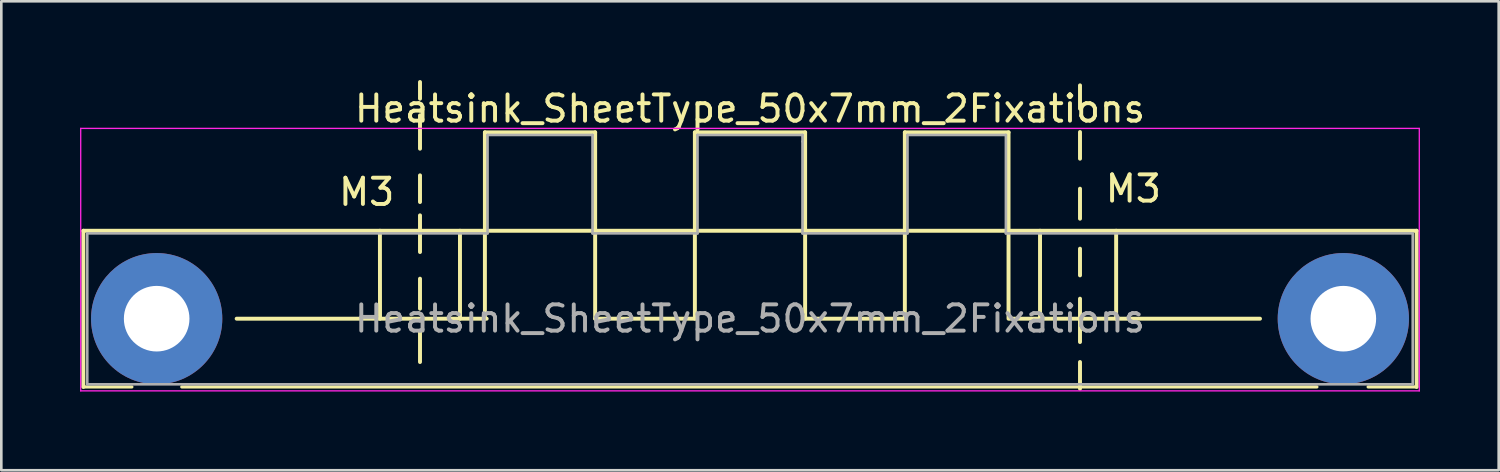
<source format=kicad_pcb>
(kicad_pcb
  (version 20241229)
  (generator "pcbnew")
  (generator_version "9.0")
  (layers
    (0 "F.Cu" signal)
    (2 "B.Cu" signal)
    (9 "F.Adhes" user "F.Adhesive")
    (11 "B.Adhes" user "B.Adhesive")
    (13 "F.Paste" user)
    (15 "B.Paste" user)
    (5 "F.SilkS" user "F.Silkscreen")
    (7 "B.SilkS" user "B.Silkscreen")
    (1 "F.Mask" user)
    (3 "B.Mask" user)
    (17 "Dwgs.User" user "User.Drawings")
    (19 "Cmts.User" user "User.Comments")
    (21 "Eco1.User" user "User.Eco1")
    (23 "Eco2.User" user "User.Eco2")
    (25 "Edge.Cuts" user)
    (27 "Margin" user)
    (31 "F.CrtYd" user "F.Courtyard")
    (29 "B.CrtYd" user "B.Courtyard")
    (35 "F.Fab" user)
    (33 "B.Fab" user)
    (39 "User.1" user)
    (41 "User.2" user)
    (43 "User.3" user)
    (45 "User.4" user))
  (footprint "Heatsink_SheetType_50x7mm_2Fixations"
    (layer "F.Cu")
    (at 25.525 9.092)
    (property "Reference" "Heatsink_SheetType_50x7mm_2Fixations" (at 0 -8 0) (layer "F.SilkS") (effects (font (size 1 1) (thickness 0.15))))
    (attr through_hole)
    (fp_line (start -25.4 -3.35) (end -25.4 2.6) (stroke (width 0.15) (type solid)) (layer "F.SilkS"))
    (fp_line (start -25.4 2.6) (end -23.55 2.6) (stroke (width 0.12) (type solid)) (layer "F.SilkS"))
    (fp_line (start -21.65 2.6) (end 21.6 2.6) (stroke (width 0.12) (type solid)) (layer "F.SilkS"))
    (fp_line (start -14.1 -3.35) (end -14.097 0) (stroke (width 0.15) (type solid)) (layer "F.SilkS"))
    (fp_line (start -12.573 -9.017) (end -12.573 -8.382) (stroke (width 0.15) (type solid)) (layer "F.SilkS"))
    (fp_line (start -12.573 -7.747) (end -12.573 -6.477) (stroke (width 0.15) (type solid)) (layer "F.SilkS"))
    (fp_line (start -12.573 -5.461) (end -12.573 -4.445) (stroke (width 0.15) (type solid)) (layer "F.SilkS"))
    (fp_line (start -12.573 -3.937) (end -12.573 -2.54) (stroke (width 0.15) (type solid)) (layer "F.SilkS"))
    (fp_line (start -12.573 -1.524) (end -12.573 -0.381) (stroke (width 0.15) (type solid)) (layer "F.SilkS"))
    (fp_line (start -12.573 0.508) (end -12.573 1.651) (stroke (width 0.15) (type solid)) (layer "F.SilkS"))
    (fp_line (start -11.05 -3.35) (end -11.049 0) (stroke (width 0.15) (type solid)) (layer "F.SilkS"))
    (fp_line (start -10.1 -7.1) (end -10.1 0) (stroke (width 0.15) (type solid)) (layer "F.SilkS"))
    (fp_line (start -10.033 0) (end -19.558 0) (stroke (width 0.15) (type solid)) (layer "F.SilkS"))
    (fp_line (start -5.9 -7.1) (end -10.1 -7.1) (stroke (width 0.15) (type solid)) (layer "F.SilkS"))
    (fp_line (start -5.9 -7.1) (end -5.9 0) (stroke (width 0.15) (type solid)) (layer "F.SilkS"))
    (fp_line (start -2.1 -7.1) (end -2.1 0) (stroke (width 0.15) (type solid)) (layer "F.SilkS"))
    (fp_line (start -2.1 0) (end -5.9 0) (stroke (width 0.15) (type solid)) (layer "F.SilkS"))
    (fp_line (start 2.1 -7.1) (end -2.1 -7.1) (stroke (width 0.15) (type solid)) (layer "F.SilkS"))
    (fp_line (start 2.1 -7.1) (end 2.1 0) (stroke (width 0.15) (type solid)) (layer "F.SilkS"))
    (fp_line (start 5.9 -7.1) (end 5.9 0) (stroke (width 0.15) (type solid)) (layer "F.SilkS"))
    (fp_line (start 5.9 0) (end 2.1 0) (stroke (width 0.15) (type solid)) (layer "F.SilkS"))
    (fp_line (start 9.85 -7.1) (end 5.9 -7.1) (stroke (width 0.15) (type solid)) (layer "F.SilkS"))
    (fp_line (start 9.85 -7.1) (end 9.85 0) (stroke (width 0.15) (type solid)) (layer "F.SilkS"))
    (fp_line (start 11.05 -3.35) (end 11.05 0) (stroke (width 0.15) (type solid)) (layer "F.SilkS"))
    (fp_line (start 12.573 -8.89) (end 12.573 -8.001) (stroke (width 0.15) (type solid)) (layer "F.SilkS"))
    (fp_line (start 12.573 -7.112) (end 12.573 -6.096) (stroke (width 0.15) (type solid)) (layer "F.SilkS"))
    (fp_line (start 12.573 -4.953) (end 12.573 -3.81) (stroke (width 0.15) (type solid)) (layer "F.SilkS"))
    (fp_line (start 12.573 -2.667) (end 12.573 -1.651) (stroke (width 0.15) (type solid)) (layer "F.SilkS"))
    (fp_line (start 12.573 -0.762) (end 12.573 0.889) (stroke (width 0.15) (type solid)) (layer "F.SilkS"))
    (fp_line (start 12.573 1.651) (end 12.573 2.667) (stroke (width 0.15) (type solid)) (layer "F.SilkS"))
    (fp_line (start 13.95 -3.35) (end 13.95 0) (stroke (width 0.15) (type solid)) (layer "F.SilkS"))
    (fp_line (start 13.97 0) (end 9.906 0) (stroke (width 0.15) (type solid)) (layer "F.SilkS"))
    (fp_line (start 13.97 0) (end 19.431 0) (stroke (width 0.15) (type solid)) (layer "F.SilkS"))
    (fp_line (start 25.4 -3.35) (end -25.4 -3.35) (stroke (width 0.15) (type solid)) (layer "F.SilkS"))
    (fp_line (start 25.4 2.6) (end 23.55 2.6) (stroke (width 0.12) (type solid)) (layer "F.SilkS"))
    (fp_line (start 25.4 2.6) (end 25.4 -3.35) (stroke (width 0.15) (type solid)) (layer "F.SilkS"))
    (fp_line (start -25.5 -7.25) (end -25.5 2.75) (stroke (width 0.05) (type solid)) (layer "F.CrtYd"))
    (fp_line (start -25.5 -7.25) (end 25.5 -7.25) (stroke (width 0.05) (type solid)) (layer "F.CrtYd"))
    (fp_line (start 25.5 2.75) (end -25.5 2.75) (stroke (width 0.05) (type solid)) (layer "F.CrtYd"))
    (fp_line (start 25.5 2.75) (end 25.5 -7.25) (stroke (width 0.05) (type solid)) (layer "F.CrtYd"))
    (fp_line (start -25.25 -3.25) (end -25.25 2.5) (stroke (width 0.1) (type solid)) (layer "F.Fab"))
    (fp_line (start -25.25 2.5) (end 25.25 2.5) (stroke (width 0.1) (type solid)) (layer "F.Fab"))
    (fp_line (start -10 -7) (end -10 -3.25) (stroke (width 0.1) (type solid)) (layer "F.Fab"))
    (fp_line (start -10 -3.25) (end -25.25 -3.25) (stroke (width 0.1) (type solid)) (layer "F.Fab"))
    (fp_line (start -6 -7) (end -10 -7) (stroke (width 0.1) (type solid)) (layer "F.Fab"))
    (fp_line (start -6 -3.25) (end -6 -7) (stroke (width 0.1) (type solid)) (layer "F.Fab"))
    (fp_line (start -2 -7) (end -2 -3.25) (stroke (width 0.1) (type solid)) (layer "F.Fab"))
    (fp_line (start -2 -3.25) (end -6 -3.25) (stroke (width 0.1) (type solid)) (layer "F.Fab"))
    (fp_line (start 2 -7) (end -2 -7) (stroke (width 0.1) (type solid)) (layer "F.Fab"))
    (fp_line (start 2 -6.75) (end 2 -7) (stroke (width 0.1) (type solid)) (layer "F.Fab"))
    (fp_line (start 2 -3.25) (end 2 -6.75) (stroke (width 0.1) (type solid)) (layer "F.Fab"))
    (fp_line (start 6 -7) (end 6 -3.25) (stroke (width 0.1) (type solid)) (layer "F.Fab"))
    (fp_line (start 6 -3.25) (end 2 -3.25) (stroke (width 0.1) (type solid)) (layer "F.Fab"))
    (fp_line (start 9.75 -7) (end 6 -7) (stroke (width 0.1) (type solid)) (layer "F.Fab"))
    (fp_line (start 9.75 -3.25) (end 9.75 -7) (stroke (width 0.1) (type solid)) (layer "F.Fab"))
    (fp_line (start 25.25 -3.25) (end 9.75 -3.25) (stroke (width 0.1) (type solid)) (layer "F.Fab"))
    (fp_line (start 25.25 2.5) (end 25.25 -3.25) (stroke (width 0.1) (type solid)) (layer "F.Fab"))
    (fp_text user "M3" (at -14.605 -4.826 0) (layer "F.SilkS") (effects (font (size 1 1) (thickness 0.15))))
    (fp_text user "M3" (at 14.605 -4.953 0) (layer "F.SilkS") (effects (font (size 1 1) (thickness 0.15))))
    (fp_text user "${REFERENCE}" (at 0 0 0) (layer "F.Fab") (effects (font (size 1 1) (thickness 0.15))))
    (pad "1" thru_hole circle (at -22.606 0) (size 5.001 5.001) (drill 2.499) (layers "*.Cu" "*.Mask"))
    (pad "1" thru_hole circle (at 22.606 0) (size 5.001 5.001) (drill 2.499) (layers "*.Cu" "*.Mask")))
  (gr_rect
    (start -3 -3)
    (end 54.05 14.867)
    (stroke (width 0.1) (type default))
    (fill no)
    (layer "Edge.Cuts")))
</source>
